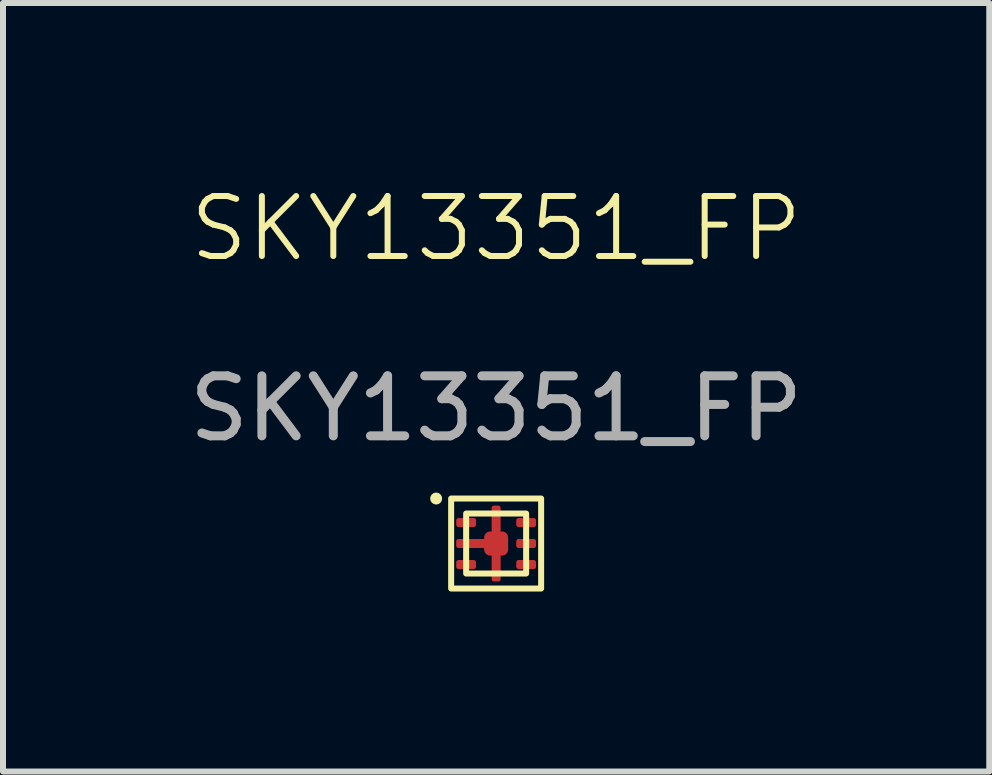
<source format=kicad_pcb>
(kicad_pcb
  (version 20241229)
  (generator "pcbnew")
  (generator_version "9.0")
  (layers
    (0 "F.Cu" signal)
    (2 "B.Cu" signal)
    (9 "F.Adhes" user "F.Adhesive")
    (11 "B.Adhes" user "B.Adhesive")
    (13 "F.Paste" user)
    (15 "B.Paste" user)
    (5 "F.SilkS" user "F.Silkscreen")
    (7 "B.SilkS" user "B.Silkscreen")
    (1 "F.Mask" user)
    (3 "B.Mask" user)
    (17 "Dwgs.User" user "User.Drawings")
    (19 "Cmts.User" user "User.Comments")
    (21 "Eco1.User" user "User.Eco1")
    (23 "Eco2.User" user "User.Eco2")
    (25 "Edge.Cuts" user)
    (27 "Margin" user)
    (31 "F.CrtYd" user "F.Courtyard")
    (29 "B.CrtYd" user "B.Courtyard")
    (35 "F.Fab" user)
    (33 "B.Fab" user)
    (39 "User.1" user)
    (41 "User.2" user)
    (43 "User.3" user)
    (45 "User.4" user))
  (footprint "SKY13351_FP"
    (layer "F.Cu")
    (at 5.22 1.26)
    (property "Reference" "SKY13351_FP" (at 0 -0.5 0) (unlocked yes) (layer "F.SilkS") (effects (font (size 1 1) (thickness 0.1))))
    (attr smd)
    (fp_poly (pts (xy -0.1 4.65) (xy -0.1 4.85) (xy 0.1 4.85) (xy 0.1 4.65)) (stroke (width 0.2) (type solid)) (fill yes) (layer "F.Cu"))
    (fp_rect (start -0.75 4) (end 0.75 5.5) (stroke (width 0.1) (type default)) (fill no) (layer "F.SilkS"))
    (fp_rect (start -0.5 4.25) (end 0.5 5.25) (stroke (width 0.1) (type default)) (fill no) (layer "F.SilkS"))
    (fp_circle (center -1 4) (end -1 4) (stroke (width 0.1) (type default)) (fill no) (layer "F.SilkS"))
    (fp_text user "${REFERENCE}" (at 0 2.5 0) (unlocked yes) (layer "F.Fab") (effects (font (size 1 1) (thickness 0.15))))
    (pad "1" smd roundrect (at -0.5 4.4) (size 0.33 0.15) (layers "F.Cu" "F.Mask" "F.Paste") (roundrect_rratio 0.25))
    (pad "2" smd roundrect (at -0.383 4.75) (size 0.565 0.15) (layers "F.Cu" "F.Mask" "F.Paste") (roundrect_rratio 0.25))
    (pad "2" smd roundrect (at 0 4.4 90) (size 0.565 0.15) (layers "F.Cu" "F.Mask" "F.Paste") (roundrect_rratio 0.25))
    (pad "2" smd roundrect (at 0 5.1 90) (size 0.565 0.15) (layers "F.Cu" "F.Mask" "F.Paste") (roundrect_rratio 0.25))
    (pad "3" smd roundrect (at -0.5 5.1) (size 0.33 0.15) (layers "F.Cu" "F.Mask" "F.Paste") (roundrect_rratio 0.25))
    (pad "4" smd roundrect (at 0.5 5.1) (size 0.33 0.15) (layers "F.Cu" "F.Mask" "F.Paste") (roundrect_rratio 0.25))
    (pad "5" smd roundrect (at 0.5 4.75) (size 0.33 0.15) (layers "F.Cu" "F.Mask" "F.Paste") (roundrect_rratio 0.25))
    (pad "6" smd roundrect (at 0.5 4.4) (size 0.33 0.15) (layers "F.Cu" "F.Mask" "F.Paste") (roundrect_rratio 0.25)))
  (gr_rect
    (start -3 -3)
    (end 13.44 9.81)
    (stroke (width 0.1) (type default))
    (fill no)
    (layer "Edge.Cuts")))
</source>
